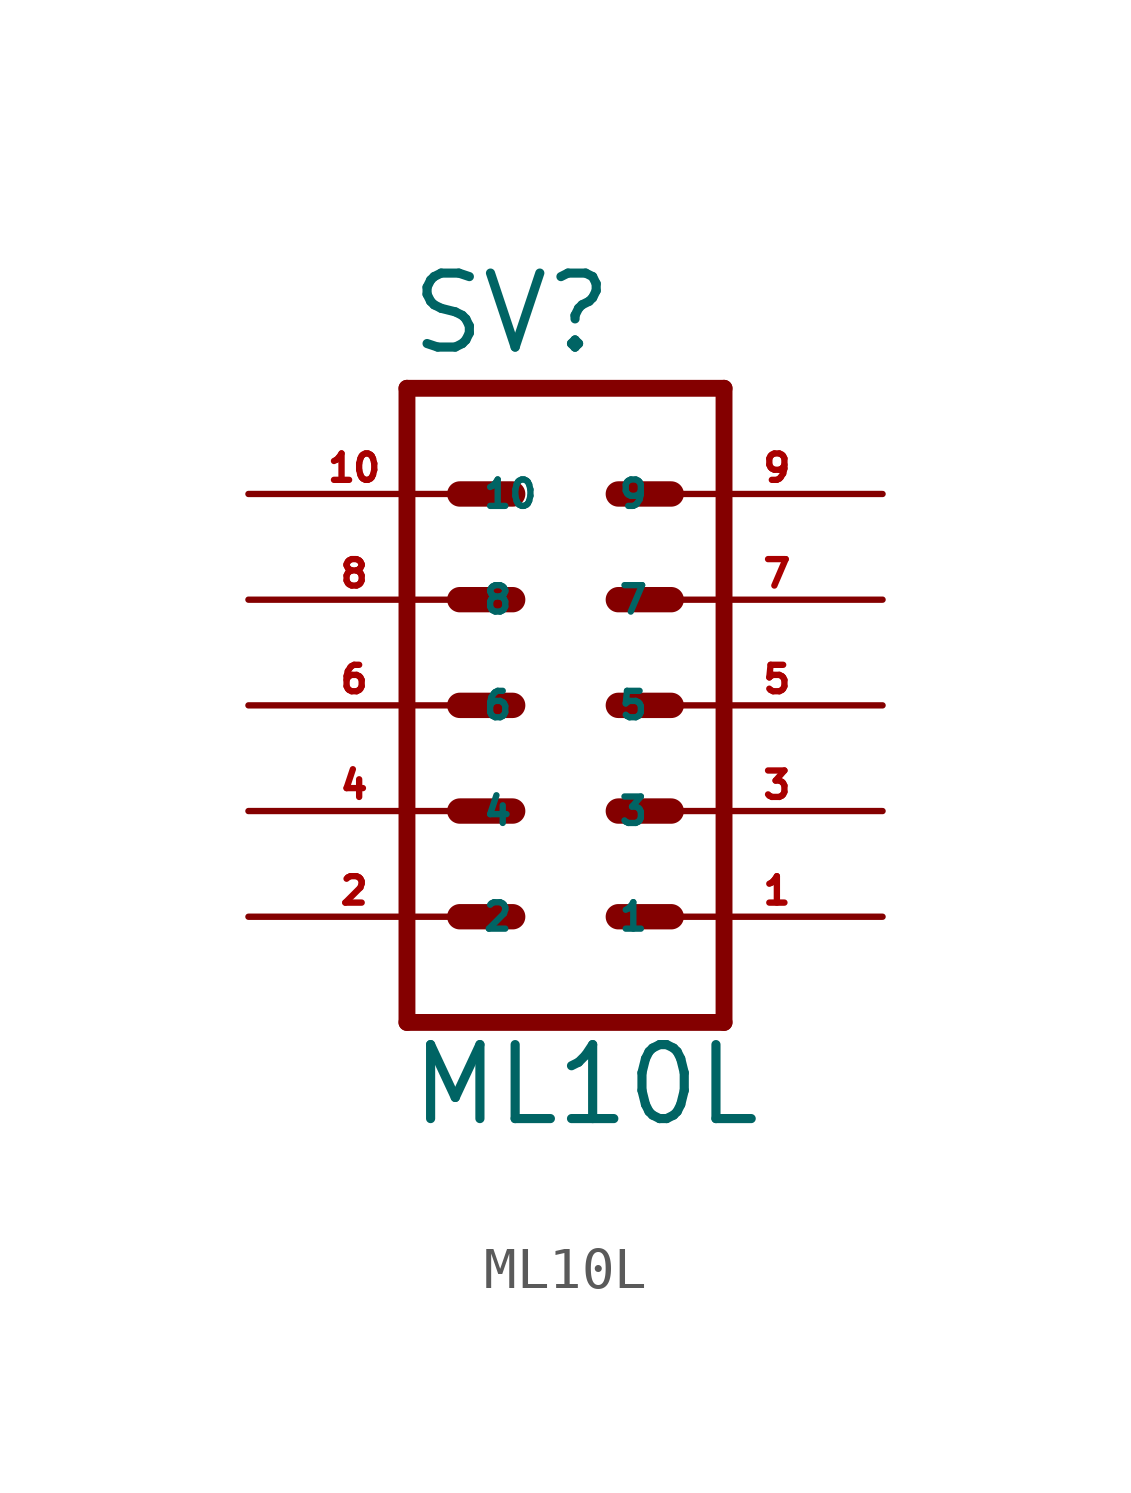
<source format=kicad_sym>
(kicad_symbol_lib
  (version 20220914)
  (generator Eagle2Kicad)
  (symbol "ML10L"
    (property "Reference" "SV"
      (at -3.81 8.382 0)
      (effects (font (size 1.778 1.778) (thickness 0.22)) (justify left bottom)))
    (property "Value" "ML10L"
      (at -3.81 -10.16 0)
      (effects (font (size 1.778 1.778) (thickness 0.22)) (justify left bottom)))
    (polyline
      (pts (xy 3.81 -7.62) (xy -3.81 -7.62))
      (stroke (width 0.406) (type default))
      (fill (type none)))
    (polyline
      (pts (xy -3.81 7.62) (xy -3.81 -7.62))
      (stroke (width 0.406) (type default))
      (fill (type none)))
    (polyline
      (pts (xy 3.81 -7.62) (xy 3.81 7.62))
      (stroke (width 0.406) (type default))
      (fill (type none)))
    (polyline
      (pts (xy -3.81 7.62) (xy 3.81 7.62))
      (stroke (width 0.406) (type default))
      (fill (type none)))
    (polyline
      (pts (xy 1.27 5.08) (xy 2.54 5.08))
      (stroke (width 0.61) (type default))
      (fill (type none)))
    (polyline
      (pts (xy 1.27 2.54) (xy 2.54 2.54))
      (stroke (width 0.61) (type default))
      (fill (type none)))
    (polyline
      (pts (xy 1.27 0) (xy 2.54 0))
      (stroke (width 0.61) (type default))
      (fill (type none)))
    (polyline
      (pts (xy 1.27 -2.54) (xy 2.54 -2.54))
      (stroke (width 0.61) (type default))
      (fill (type none)))
    (polyline
      (pts (xy 1.27 -5.08) (xy 2.54 -5.08))
      (stroke (width 0.61) (type default))
      (fill (type none)))
    (polyline
      (pts (xy -2.54 5.08) (xy -1.27 5.08))
      (stroke (width 0.61) (type default))
      (fill (type none)))
    (polyline
      (pts (xy -2.54 2.54) (xy -1.27 2.54))
      (stroke (width 0.61) (type default))
      (fill (type none)))
    (polyline
      (pts (xy -2.54 0) (xy -1.27 0))
      (stroke (width 0.61) (type default))
      (fill (type none)))
    (polyline
      (pts (xy -2.54 -2.54) (xy -1.27 -2.54))
      (stroke (width 0.61) (type default))
      (fill (type none)))
    (polyline
      (pts (xy -2.54 -5.08) (xy -1.27 -5.08))
      (stroke (width 0.61) (type default))
      (fill (type none)))
    (pin passive line
      (at 7.62 -5.08 180)
      (length 5.08)
      (name "1" (effects (font (size 0.635 0.635) (thickness 0.08)) (justify left bottom)))
      (number "1" (effects (font (size 0.635 0.635) (thickness 0.08)) (justify left bottom))))
    (pin passive line
      (at -7.62 -5.08 0)
      (length 5.08)
      (name "2" (effects (font (size 0.635 0.635) (thickness 0.08)) (justify left bottom)))
      (number "2" (effects (font (size 0.635 0.635) (thickness 0.08)) (justify left bottom))))
    (pin passive line
      (at 7.62 -2.54 180)
      (length 5.08)
      (name "3" (effects (font (size 0.635 0.635) (thickness 0.08)) (justify left bottom)))
      (number "3" (effects (font (size 0.635 0.635) (thickness 0.08)) (justify left bottom))))
    (pin passive line
      (at -7.62 -2.54 0)
      (length 5.08)
      (name "4" (effects (font (size 0.635 0.635) (thickness 0.08)) (justify left bottom)))
      (number "4" (effects (font (size 0.635 0.635) (thickness 0.08)) (justify left bottom))))
    (pin passive line
      (at 7.62 0 180)
      (length 5.08)
      (name "5" (effects (font (size 0.635 0.635) (thickness 0.08)) (justify left bottom)))
      (number "5" (effects (font (size 0.635 0.635) (thickness 0.08)) (justify left bottom))))
    (pin passive line
      (at -7.62 0 0)
      (length 5.08)
      (name "6" (effects (font (size 0.635 0.635) (thickness 0.08)) (justify left bottom)))
      (number "6" (effects (font (size 0.635 0.635) (thickness 0.08)) (justify left bottom))))
    (pin passive line
      (at 7.62 2.54 180)
      (length 5.08)
      (name "7" (effects (font (size 0.635 0.635) (thickness 0.08)) (justify left bottom)))
      (number "7" (effects (font (size 0.635 0.635) (thickness 0.08)) (justify left bottom))))
    (pin passive line
      (at -7.62 2.54 0)
      (length 5.08)
      (name "8" (effects (font (size 0.635 0.635) (thickness 0.08)) (justify left bottom)))
      (number "8" (effects (font (size 0.635 0.635) (thickness 0.08)) (justify left bottom))))
    (pin passive line
      (at 7.62 5.08 180)
      (length 5.08)
      (name "9" (effects (font (size 0.635 0.635) (thickness 0.08)) (justify left bottom)))
      (number "9" (effects (font (size 0.635 0.635) (thickness 0.08)) (justify left bottom))))
    (pin passive line
      (at -7.62 5.08 0)
      (length 5.08)
      (name "10" (effects (font (size 0.635 0.635) (thickness 0.08)) (justify left bottom)))
      (number "10" (effects (font (size 0.635 0.635) (thickness 0.08)) (justify left bottom))))))
</source>
